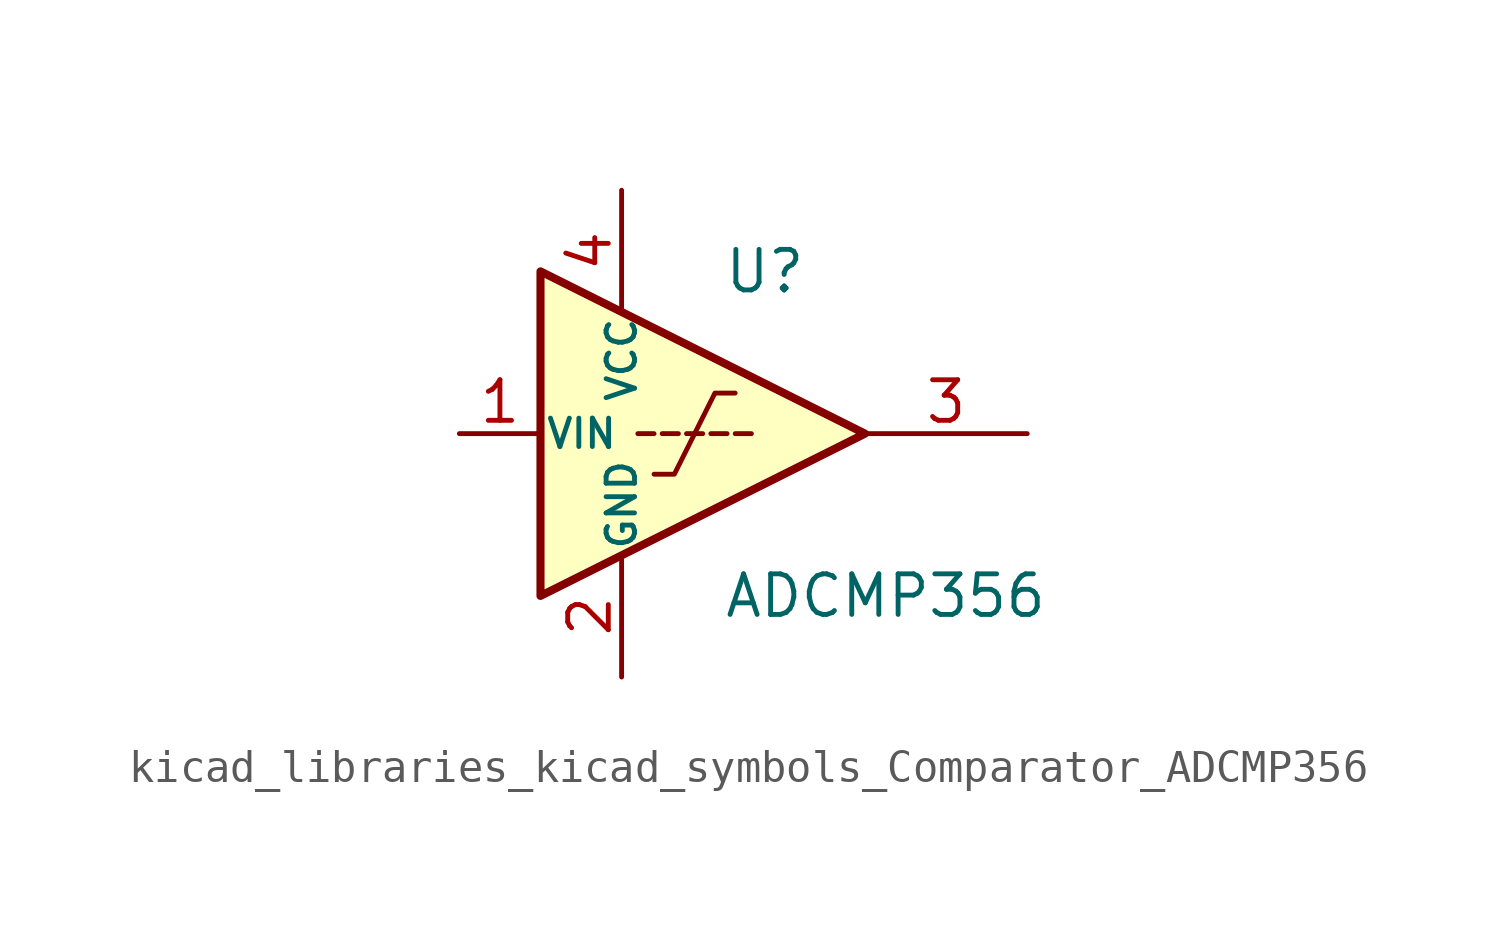
<source format=kicad_sym>
(kicad_symbol_lib
  (version 20220914)
  (generator kicad_symbol_editor)
  (symbol "kicad_libraries_kicad_symbols_Comparator_ADCMP356"
    (pin_names
      (offset 0.127))
    (property "Reference" "U"
      (at 3.175 5.08 0)
      (effects (font (size 1.27 1.27)) (justify left)))
    (property "Value" "ADCMP356"
      (at 3.175 -5.08 0)
      (effects (font (size 1.27 1.27)) (justify left)))
    (symbol "kicad_libraries_kicad_symbols_Comparator_ADCMP356_0_1"
      (polyline (pts (xy 1.016 0) (xy 0.508 0)) (stroke (width 0) (type default)) (fill (type none)))
      (polyline (pts (xy 1.778 0) (xy 1.27 0)) (stroke (width 0) (type default)) (fill (type none)))
      (polyline (pts (xy 2.032 0) (xy 2.54 0)) (stroke (width 0) (type default)) (fill (type none)))
      (polyline (pts (xy 2.794 0) (xy 3.302 0)) (stroke (width 0) (type default)) (fill (type none)))
      (polyline (pts (xy 3.556 0) (xy 4.064 0)) (stroke (width 0) (type default)) (fill (type none)))
      (polyline (pts (xy -2.54 5.08) (xy 7.62 0) (xy -2.54 -5.08) (xy -2.54 5.08)) (stroke (width 0.254) (type default)) (fill (type background)))
      (polyline (pts (xy 1.016 -1.27) (xy 1.651 -1.27) (xy 2.921 1.27) (xy 3.556 1.27)) (stroke (width 0) (type default)) (fill (type none))))
    (symbol "kicad_libraries_kicad_symbols_Comparator_ADCMP356_1_1"
      (pin input line (at -5.08 0 0) (length 2.54) (name "VIN" (effects (font (size 0.889 0.889)))) (number "1" (effects (font (size 1.27 1.27)))))
      (pin power_in line (at 0 -7.62 90) (length 3.81) (name "GND" (effects (font (size 0.889 0.889)))) (number "2" (effects (font (size 1.27 1.27)))))
      (pin output line (at 12.7 0 180) (length 5.08) (name "~" (effects (font (size 1.27 1.27)))) (number "3" (effects (font (size 1.27 1.27)))))
      (pin power_in line (at 0 7.62 270) (length 3.81) (name "VCC" (effects (font (size 0.889 0.889)))) (number "4" (effects (font (size 1.27 1.27))))))))
</source>
